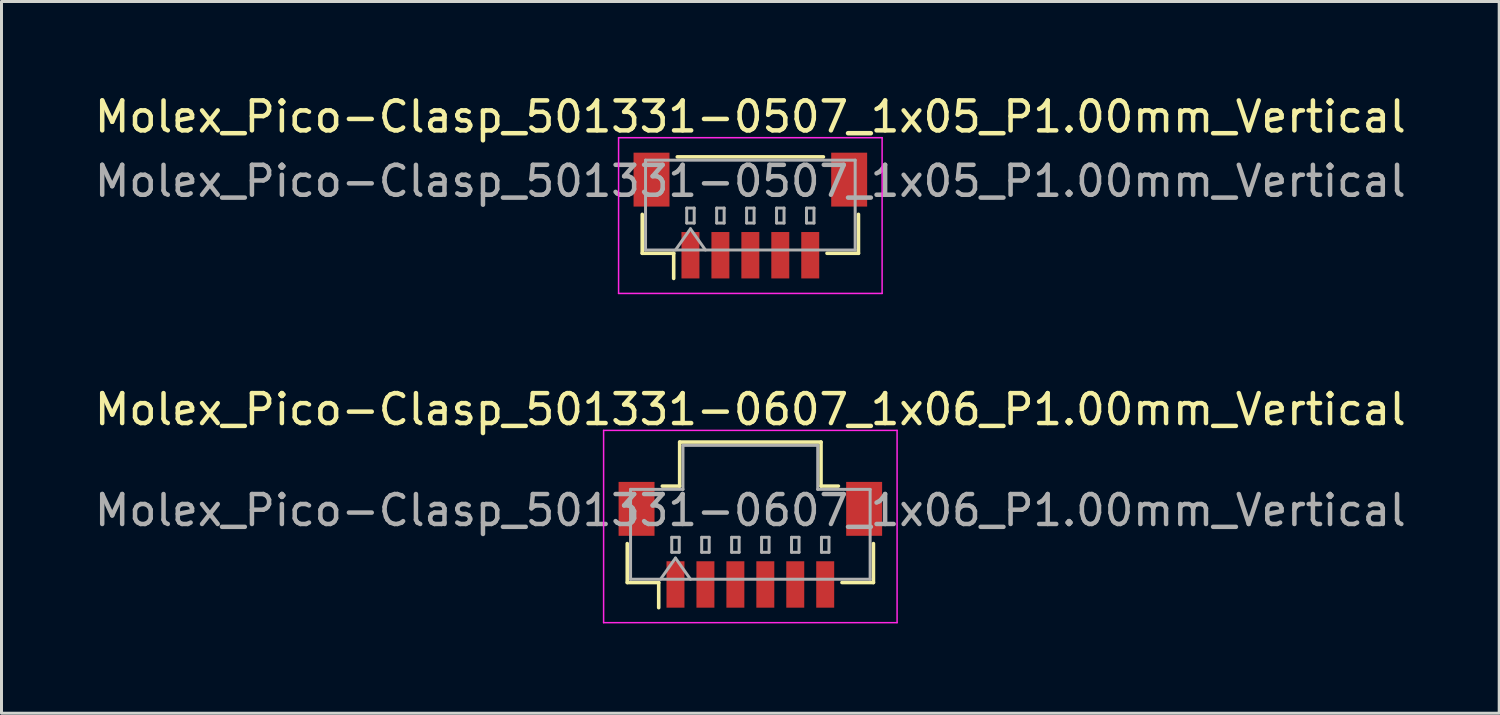
<source format=kicad_pcb>
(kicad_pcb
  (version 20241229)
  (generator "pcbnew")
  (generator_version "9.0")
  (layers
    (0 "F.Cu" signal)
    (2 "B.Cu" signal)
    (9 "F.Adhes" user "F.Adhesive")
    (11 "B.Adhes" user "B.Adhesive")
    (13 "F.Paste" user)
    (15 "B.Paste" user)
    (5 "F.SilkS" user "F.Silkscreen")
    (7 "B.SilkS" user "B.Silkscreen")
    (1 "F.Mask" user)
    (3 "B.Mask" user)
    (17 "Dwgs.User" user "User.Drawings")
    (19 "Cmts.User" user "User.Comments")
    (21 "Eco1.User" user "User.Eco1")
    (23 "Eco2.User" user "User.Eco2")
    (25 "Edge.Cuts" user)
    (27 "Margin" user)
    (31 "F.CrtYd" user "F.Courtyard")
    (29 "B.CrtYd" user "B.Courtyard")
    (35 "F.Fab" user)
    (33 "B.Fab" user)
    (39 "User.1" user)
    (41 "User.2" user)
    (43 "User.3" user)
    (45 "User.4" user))
  (footprint "Molex_Pico-Clasp_501331-0607_1x06_P1.00mm_Vertical"
    (layer "F.Cu")
    (at 22.006 15.142)
    (property "Reference" "Molex_Pico-Clasp_501331-0607_1x06_P1.00mm_Vertical" (at 0 -4.52 0) (layer "F.SilkS") (effects (font (size 1 1) (thickness 0.15))))
    (attr smd)
    (fp_line (start -4.11 -0.04) (end -4.11 1.26) (stroke (width 0.12) (type solid)) (layer "F.SilkS"))
    (fp_line (start -4.11 1.26) (end -3.06 1.26) (stroke (width 0.12) (type solid)) (layer "F.SilkS"))
    (fp_line (start -3.06 1.26) (end -3.06 2.1) (stroke (width 0.12) (type solid)) (layer "F.SilkS"))
    (fp_line (start -2.94 -1.96) (end -2.36 -1.96) (stroke (width 0.12) (type solid)) (layer "F.SilkS"))
    (fp_line (start -2.36 -3.43) (end 2.36 -3.43) (stroke (width 0.12) (type solid)) (layer "F.SilkS"))
    (fp_line (start -2.36 -1.96) (end -2.36 -3.43) (stroke (width 0.12) (type solid)) (layer "F.SilkS"))
    (fp_line (start 2.36 -3.43) (end 2.36 -1.96) (stroke (width 0.12) (type solid)) (layer "F.SilkS"))
    (fp_line (start 2.36 -1.96) (end 2.94 -1.96) (stroke (width 0.12) (type solid)) (layer "F.SilkS"))
    (fp_line (start 4.11 -0.04) (end 4.11 1.26) (stroke (width 0.12) (type solid)) (layer "F.SilkS"))
    (fp_line (start 4.11 1.26) (end 3.06 1.26) (stroke (width 0.12) (type solid)) (layer "F.SilkS"))
    (fp_line (start -4.9 -3.82) (end -4.9 2.6) (stroke (width 0.05) (type solid)) (layer "F.CrtYd"))
    (fp_line (start -4.9 2.6) (end 4.9 2.6) (stroke (width 0.05) (type solid)) (layer "F.CrtYd"))
    (fp_line (start 4.9 -3.82) (end -4.9 -3.82) (stroke (width 0.05) (type solid)) (layer "F.CrtYd"))
    (fp_line (start 4.9 2.6) (end 4.9 -3.82) (stroke (width 0.05) (type solid)) (layer "F.CrtYd"))
    (fp_line (start -4 -1.85) (end -2.25 -1.85) (stroke (width 0.1) (type solid)) (layer "F.Fab"))
    (fp_line (start -4 1.15) (end -4 -1.85) (stroke (width 0.1) (type solid)) (layer "F.Fab"))
    (fp_line (start -4 1.15) (end 4 1.15) (stroke (width 0.1) (type solid)) (layer "F.Fab"))
    (fp_line (start -3 1.15) (end -2.5 0.443) (stroke (width 0.1) (type solid)) (layer "F.Fab"))
    (fp_line (start -2.625 -0.25) (end -2.625 0.25) (stroke (width 0.1) (type solid)) (layer "F.Fab"))
    (fp_line (start -2.625 0.25) (end -2.375 0.25) (stroke (width 0.1) (type solid)) (layer "F.Fab"))
    (fp_line (start -2.5 0.443) (end -2 1.15) (stroke (width 0.1) (type solid)) (layer "F.Fab"))
    (fp_line (start -2.375 -0.25) (end -2.625 -0.25) (stroke (width 0.1) (type solid)) (layer "F.Fab"))
    (fp_line (start -2.375 0.25) (end -2.375 -0.25) (stroke (width 0.1) (type solid)) (layer "F.Fab"))
    (fp_line (start -2.25 -3.32) (end 2.25 -3.32) (stroke (width 0.1) (type solid)) (layer "F.Fab"))
    (fp_line (start -2.25 -1.85) (end -2.25 -3.32) (stroke (width 0.1) (type solid)) (layer "F.Fab"))
    (fp_line (start -1.625 -0.25) (end -1.625 0.25) (stroke (width 0.1) (type solid)) (layer "F.Fab"))
    (fp_line (start -1.625 0.25) (end -1.375 0.25) (stroke (width 0.1) (type solid)) (layer "F.Fab"))
    (fp_line (start -1.375 -0.25) (end -1.625 -0.25) (stroke (width 0.1) (type solid)) (layer "F.Fab"))
    (fp_line (start -1.375 0.25) (end -1.375 -0.25) (stroke (width 0.1) (type solid)) (layer "F.Fab"))
    (fp_line (start -0.625 -0.25) (end -0.625 0.25) (stroke (width 0.1) (type solid)) (layer "F.Fab"))
    (fp_line (start -0.625 0.25) (end -0.375 0.25) (stroke (width 0.1) (type solid)) (layer "F.Fab"))
    (fp_line (start -0.375 -0.25) (end -0.625 -0.25) (stroke (width 0.1) (type solid)) (layer "F.Fab"))
    (fp_line (start -0.375 0.25) (end -0.375 -0.25) (stroke (width 0.1) (type solid)) (layer "F.Fab"))
    (fp_line (start 0.375 -0.25) (end 0.375 0.25) (stroke (width 0.1) (type solid)) (layer "F.Fab"))
    (fp_line (start 0.375 0.25) (end 0.625 0.25) (stroke (width 0.1) (type solid)) (layer "F.Fab"))
    (fp_line (start 0.625 -0.25) (end 0.375 -0.25) (stroke (width 0.1) (type solid)) (layer "F.Fab"))
    (fp_line (start 0.625 0.25) (end 0.625 -0.25) (stroke (width 0.1) (type solid)) (layer "F.Fab"))
    (fp_line (start 1.375 -0.25) (end 1.375 0.25) (stroke (width 0.1) (type solid)) (layer "F.Fab"))
    (fp_line (start 1.375 0.25) (end 1.625 0.25) (stroke (width 0.1) (type solid)) (layer "F.Fab"))
    (fp_line (start 1.625 -0.25) (end 1.375 -0.25) (stroke (width 0.1) (type solid)) (layer "F.Fab"))
    (fp_line (start 1.625 0.25) (end 1.625 -0.25) (stroke (width 0.1) (type solid)) (layer "F.Fab"))
    (fp_line (start 2.25 -3.32) (end 2.25 -1.85) (stroke (width 0.1) (type solid)) (layer "F.Fab"))
    (fp_line (start 2.25 -1.85) (end 4 -1.85) (stroke (width 0.1) (type solid)) (layer "F.Fab"))
    (fp_line (start 2.375 -0.25) (end 2.375 0.25) (stroke (width 0.1) (type solid)) (layer "F.Fab"))
    (fp_line (start 2.375 0.25) (end 2.625 0.25) (stroke (width 0.1) (type solid)) (layer "F.Fab"))
    (fp_line (start 2.625 -0.25) (end 2.375 -0.25) (stroke (width 0.1) (type solid)) (layer "F.Fab"))
    (fp_line (start 2.625 0.25) (end 2.625 -0.25) (stroke (width 0.1) (type solid)) (layer "F.Fab"))
    (fp_line (start 4 1.15) (end 4 -1.85) (stroke (width 0.1) (type solid)) (layer "F.Fab"))
    (fp_text user "${REFERENCE}" (at 0 -1.15 0) (layer "F.Fab") (effects (font (size 1 1) (thickness 0.15))))
    (pad "" smd rect (at -3.8 -1.2) (size 1.2 1.8) (layers "F.Cu" "F.Mask" "F.Paste"))
    (pad "" smd rect (at 3.8 -1.2) (size 1.2 1.8) (layers "F.Cu" "F.Mask" "F.Paste"))
    (pad "1" smd rect (at -2.5 1.325) (size 0.6 1.55) (layers "F.Cu" "F.Mask" "F.Paste"))
    (pad "2" smd rect (at -1.5 1.325) (size 0.6 1.55) (layers "F.Cu" "F.Mask" "F.Paste"))
    (pad "3" smd rect (at -0.5 1.325) (size 0.6 1.55) (layers "F.Cu" "F.Mask" "F.Paste"))
    (pad "4" smd rect (at 0.5 1.325) (size 0.6 1.55) (layers "F.Cu" "F.Mask" "F.Paste"))
    (pad "5" smd rect (at 1.5 1.325) (size 0.6 1.55) (layers "F.Cu" "F.Mask" "F.Paste"))
    (pad "6" smd rect (at 2.5 1.325) (size 0.6 1.55) (layers "F.Cu" "F.Mask" "F.Paste")))
  (footprint "Molex_Pico-Clasp_501331-0507_1x05_P1.00mm_Vertical"
    (layer "F.Cu")
    (at 22.006 4.148)
    (property "Reference" "Molex_Pico-Clasp_501331-0507_1x05_P1.00mm_Vertical" (at 0 -3.3 0) (layer "F.SilkS") (effects (font (size 1 1) (thickness 0.15))))
    (attr smd)
    (fp_line (start -3.61 -0.04) (end -3.61 1.26) (stroke (width 0.12) (type solid)) (layer "F.SilkS"))
    (fp_line (start -3.61 1.26) (end -2.56 1.26) (stroke (width 0.12) (type solid)) (layer "F.SilkS"))
    (fp_line (start -2.56 1.26) (end -2.56 2.1) (stroke (width 0.12) (type solid)) (layer "F.SilkS"))
    (fp_line (start -2.44 -1.96) (end 2.44 -1.96) (stroke (width 0.12) (type solid)) (layer "F.SilkS"))
    (fp_line (start 3.61 -0.04) (end 3.61 1.26) (stroke (width 0.12) (type solid)) (layer "F.SilkS"))
    (fp_line (start 3.61 1.26) (end 2.56 1.26) (stroke (width 0.12) (type solid)) (layer "F.SilkS"))
    (fp_line (start -4.4 -2.6) (end -4.4 2.6) (stroke (width 0.05) (type solid)) (layer "F.CrtYd"))
    (fp_line (start -4.4 2.6) (end 4.4 2.6) (stroke (width 0.05) (type solid)) (layer "F.CrtYd"))
    (fp_line (start 4.4 -2.6) (end -4.4 -2.6) (stroke (width 0.05) (type solid)) (layer "F.CrtYd"))
    (fp_line (start 4.4 2.6) (end 4.4 -2.6) (stroke (width 0.05) (type solid)) (layer "F.CrtYd"))
    (fp_line (start -3.5 -1.85) (end 3.5 -1.85) (stroke (width 0.1) (type solid)) (layer "F.Fab"))
    (fp_line (start -3.5 1.15) (end -3.5 -1.85) (stroke (width 0.1) (type solid)) (layer "F.Fab"))
    (fp_line (start -3.5 1.15) (end 3.5 1.15) (stroke (width 0.1) (type solid)) (layer "F.Fab"))
    (fp_line (start -2.5 1.15) (end -2 0.443) (stroke (width 0.1) (type solid)) (layer "F.Fab"))
    (fp_line (start -2.125 -0.25) (end -2.125 0.25) (stroke (width 0.1) (type solid)) (layer "F.Fab"))
    (fp_line (start -2.125 0.25) (end -1.875 0.25) (stroke (width 0.1) (type solid)) (layer "F.Fab"))
    (fp_line (start -2 0.443) (end -1.5 1.15) (stroke (width 0.1) (type solid)) (layer "F.Fab"))
    (fp_line (start -1.875 -0.25) (end -2.125 -0.25) (stroke (width 0.1) (type solid)) (layer "F.Fab"))
    (fp_line (start -1.875 0.25) (end -1.875 -0.25) (stroke (width 0.1) (type solid)) (layer "F.Fab"))
    (fp_line (start -1.125 -0.25) (end -1.125 0.25) (stroke (width 0.1) (type solid)) (layer "F.Fab"))
    (fp_line (start -1.125 0.25) (end -0.875 0.25) (stroke (width 0.1) (type solid)) (layer "F.Fab"))
    (fp_line (start -0.875 -0.25) (end -1.125 -0.25) (stroke (width 0.1) (type solid)) (layer "F.Fab"))
    (fp_line (start -0.875 0.25) (end -0.875 -0.25) (stroke (width 0.1) (type solid)) (layer "F.Fab"))
    (fp_line (start -0.125 -0.25) (end -0.125 0.25) (stroke (width 0.1) (type solid)) (layer "F.Fab"))
    (fp_line (start -0.125 0.25) (end 0.125 0.25) (stroke (width 0.1) (type solid)) (layer "F.Fab"))
    (fp_line (start 0.125 -0.25) (end -0.125 -0.25) (stroke (width 0.1) (type solid)) (layer "F.Fab"))
    (fp_line (start 0.125 0.25) (end 0.125 -0.25) (stroke (width 0.1) (type solid)) (layer "F.Fab"))
    (fp_line (start 0.875 -0.25) (end 0.875 0.25) (stroke (width 0.1) (type solid)) (layer "F.Fab"))
    (fp_line (start 0.875 0.25) (end 1.125 0.25) (stroke (width 0.1) (type solid)) (layer "F.Fab"))
    (fp_line (start 1.125 -0.25) (end 0.875 -0.25) (stroke (width 0.1) (type solid)) (layer "F.Fab"))
    (fp_line (start 1.125 0.25) (end 1.125 -0.25) (stroke (width 0.1) (type solid)) (layer "F.Fab"))
    (fp_line (start 1.875 -0.25) (end 1.875 0.25) (stroke (width 0.1) (type solid)) (layer "F.Fab"))
    (fp_line (start 1.875 0.25) (end 2.125 0.25) (stroke (width 0.1) (type solid)) (layer "F.Fab"))
    (fp_line (start 2.125 -0.25) (end 1.875 -0.25) (stroke (width 0.1) (type solid)) (layer "F.Fab"))
    (fp_line (start 2.125 0.25) (end 2.125 -0.25) (stroke (width 0.1) (type solid)) (layer "F.Fab"))
    (fp_line (start 3.5 1.15) (end 3.5 -1.85) (stroke (width 0.1) (type solid)) (layer "F.Fab"))
    (fp_text user "${REFERENCE}" (at 0 -1.15 0) (layer "F.Fab") (effects (font (size 1 1) (thickness 0.15))))
    (pad "" smd rect (at -3.3 -1.2) (size 1.2 1.8) (layers "F.Cu" "F.Mask" "F.Paste"))
    (pad "" smd rect (at 3.3 -1.2) (size 1.2 1.8) (layers "F.Cu" "F.Mask" "F.Paste"))
    (pad "1" smd rect (at -2 1.325) (size 0.6 1.55) (layers "F.Cu" "F.Mask" "F.Paste"))
    (pad "2" smd rect (at -1 1.325) (size 0.6 1.55) (layers "F.Cu" "F.Mask" "F.Paste"))
    (pad "3" smd rect (at 0 1.325) (size 0.6 1.55) (layers "F.Cu" "F.Mask" "F.Paste"))
    (pad "4" smd rect (at 1 1.325) (size 0.6 1.55) (layers "F.Cu" "F.Mask" "F.Paste"))
    (pad "5" smd rect (at 2 1.325) (size 0.6 1.55) (layers "F.Cu" "F.Mask" "F.Paste")))
  (gr_rect
    (start -3 -3)
    (end 47.012 20.767)
    (stroke (width 0.1) (type default))
    (fill no)
    (layer "Edge.Cuts")))
</source>
